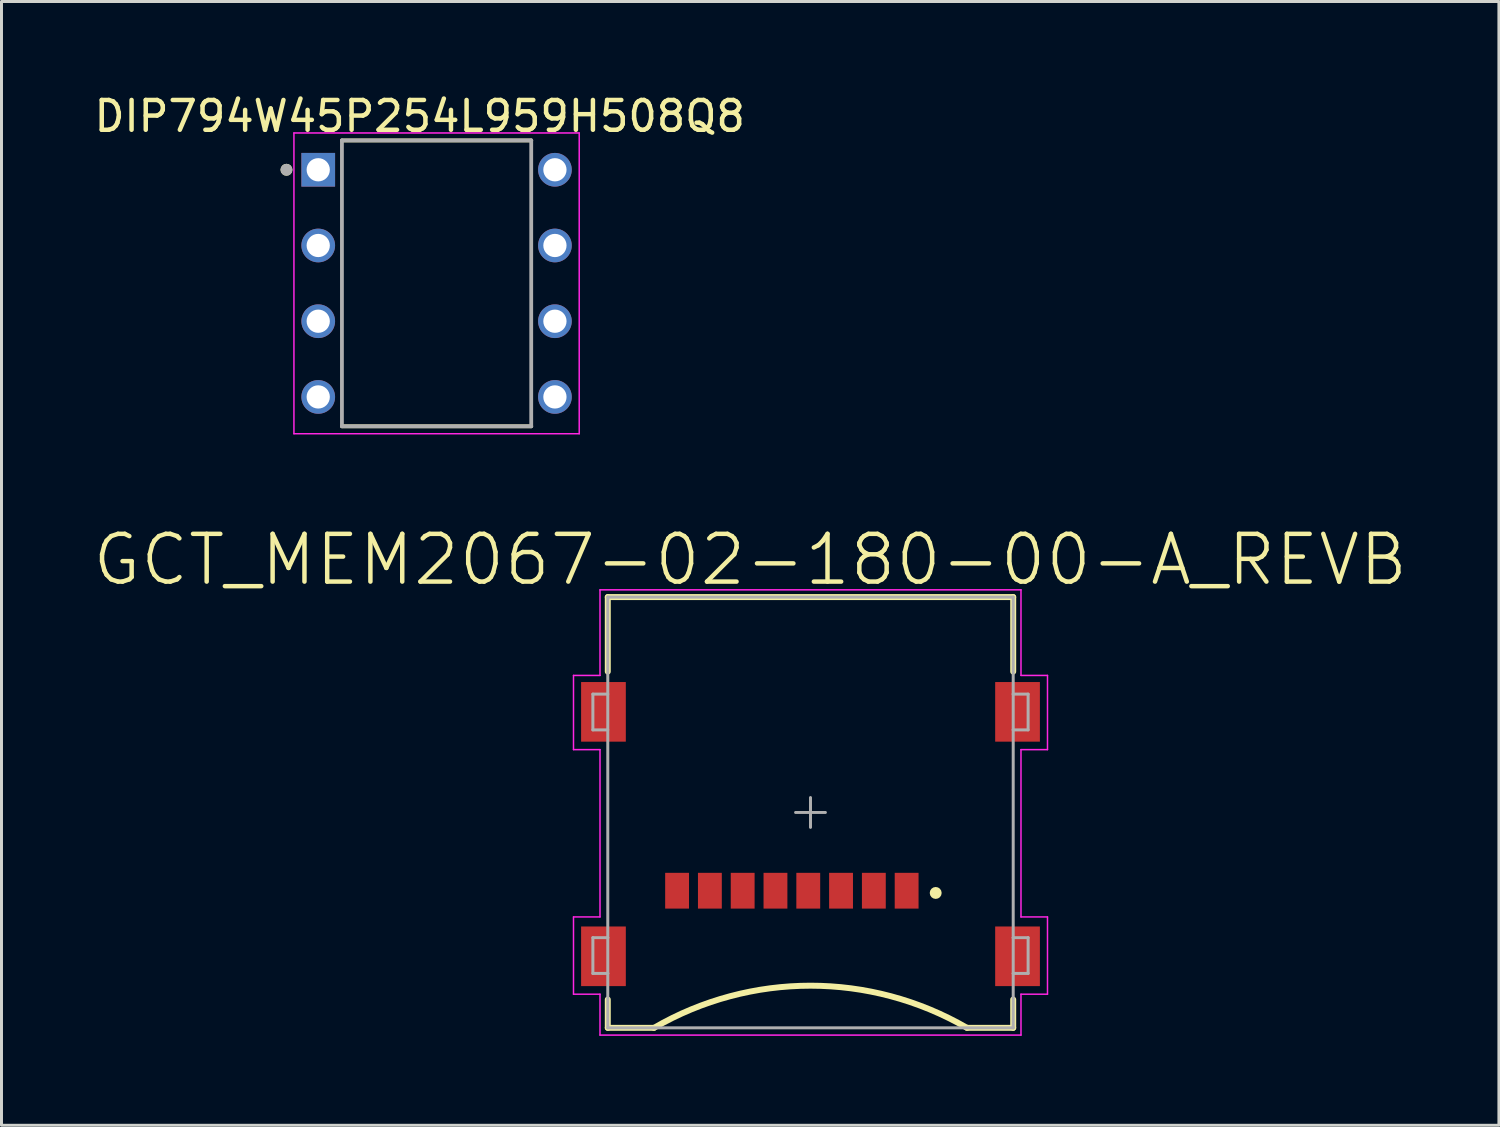
<source format=kicad_pcb>
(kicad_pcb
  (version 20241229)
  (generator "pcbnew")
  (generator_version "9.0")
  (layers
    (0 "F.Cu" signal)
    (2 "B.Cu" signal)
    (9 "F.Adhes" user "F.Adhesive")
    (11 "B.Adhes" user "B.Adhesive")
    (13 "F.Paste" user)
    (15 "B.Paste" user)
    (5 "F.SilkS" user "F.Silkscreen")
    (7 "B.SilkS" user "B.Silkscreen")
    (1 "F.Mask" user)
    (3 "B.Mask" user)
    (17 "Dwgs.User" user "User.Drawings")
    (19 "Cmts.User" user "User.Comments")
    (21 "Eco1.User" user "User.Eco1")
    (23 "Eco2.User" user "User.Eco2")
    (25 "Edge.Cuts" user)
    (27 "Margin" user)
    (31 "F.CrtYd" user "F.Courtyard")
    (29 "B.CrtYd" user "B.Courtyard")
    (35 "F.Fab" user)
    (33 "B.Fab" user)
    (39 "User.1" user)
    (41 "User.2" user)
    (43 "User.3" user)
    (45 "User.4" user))
  (footprint "GCT_MEM2067-02-180-00-A_REVB"
    (layer "F.Cu")
    (at 24.138 24.204)
    (property "Reference" "GCT_MEM2067-02-180-00-A_REVB" (at -2.023 -8.478 0) (layer "F.SilkS") (effects (font (size 1.602 1.602) (thickness 0.15))))
    (attr smd)
    (fp_line (start -6.8 -7.225) (end 6.8 -7.225) (stroke (width 0.2) (type solid)) (layer "F.SilkS"))
    (fp_line (start -6.8 -4.725) (end -6.8 -7.225) (stroke (width 0.2) (type solid)) (layer "F.SilkS"))
    (fp_line (start -6.8 7.225) (end -6.8 6.275) (stroke (width 0.2) (type solid)) (layer "F.SilkS"))
    (fp_line (start -6.8 7.225) (end -5.25 7.225) (stroke (width 0.2) (type solid)) (layer "F.SilkS"))
    (fp_line (start 5.25 7.225) (end 6.8 7.225) (stroke (width 0.2) (type solid)) (layer "F.SilkS"))
    (fp_line (start 6.8 -4.725) (end 6.8 -7.225) (stroke (width 0.2) (type solid)) (layer "F.SilkS"))
    (fp_line (start 6.8 7.225) (end 6.8 6.275) (stroke (width 0.2) (type solid)) (layer "F.SilkS"))
    (fp_arc (start -5.25 7.225) (mid 0 5.810899) (end 5.25 7.225) (stroke (width 0.2) (type solid)) (layer "F.SilkS"))
    (fp_circle (center 4.2 2.7) (end 4.3 2.7) (stroke (width 0.2) (type solid)) (fill no) (layer "F.SilkS"))
    (fp_line (start -7.95 -4.597) (end -7.061 -4.597) (stroke (width 0.05) (type solid)) (layer "F.CrtYd"))
    (fp_line (start -7.95 -2.108) (end -7.95 -4.597) (stroke (width 0.05) (type solid)) (layer "F.CrtYd"))
    (fp_line (start -7.95 -2.108) (end -7.061 -2.108) (stroke (width 0.05) (type solid)) (layer "F.CrtYd"))
    (fp_line (start -7.95 3.505) (end -7.061 3.505) (stroke (width 0.05) (type solid)) (layer "F.CrtYd"))
    (fp_line (start -7.95 6.096) (end -7.95 3.505) (stroke (width 0.05) (type solid)) (layer "F.CrtYd"))
    (fp_line (start -7.95 6.096) (end -7.061 6.096) (stroke (width 0.05) (type solid)) (layer "F.CrtYd"))
    (fp_line (start -7.061 -7.468) (end 7.061 -7.468) (stroke (width 0.05) (type solid)) (layer "F.CrtYd"))
    (fp_line (start -7.061 -4.597) (end -7.061 -7.468) (stroke (width 0.05) (type solid)) (layer "F.CrtYd"))
    (fp_line (start -7.061 3.505) (end -7.061 -2.108) (stroke (width 0.05) (type solid)) (layer "F.CrtYd"))
    (fp_line (start -7.061 7.468) (end -7.061 6.096) (stroke (width 0.05) (type solid)) (layer "F.CrtYd"))
    (fp_line (start -7.061 7.468) (end 7.061 7.468) (stroke (width 0.05) (type solid)) (layer "F.CrtYd"))
    (fp_line (start 7.061 -4.597) (end 7.061 -7.468) (stroke (width 0.05) (type solid)) (layer "F.CrtYd"))
    (fp_line (start 7.061 -4.597) (end 7.95 -4.597) (stroke (width 0.05) (type solid)) (layer "F.CrtYd"))
    (fp_line (start 7.061 -2.108) (end 7.95 -2.108) (stroke (width 0.05) (type solid)) (layer "F.CrtYd"))
    (fp_line (start 7.061 3.505) (end 7.061 -2.108) (stroke (width 0.05) (type solid)) (layer "F.CrtYd"))
    (fp_line (start 7.061 3.505) (end 7.95 3.505) (stroke (width 0.05) (type solid)) (layer "F.CrtYd"))
    (fp_line (start 7.061 6.096) (end 7.95 6.096) (stroke (width 0.05) (type solid)) (layer "F.CrtYd"))
    (fp_line (start 7.061 7.468) (end 7.061 6.096) (stroke (width 0.05) (type solid)) (layer "F.CrtYd"))
    (fp_line (start 7.95 -2.108) (end 7.95 -4.597) (stroke (width 0.05) (type solid)) (layer "F.CrtYd"))
    (fp_line (start 7.95 6.096) (end 7.95 3.505) (stroke (width 0.05) (type solid)) (layer "F.CrtYd"))
    (fp_line (start -7.3 -3.97) (end -6.8 -3.97) (stroke (width 0.1) (type solid)) (layer "F.Fab"))
    (fp_line (start -7.3 -2.77) (end -7.3 -3.97) (stroke (width 0.1) (type solid)) (layer "F.Fab"))
    (fp_line (start -7.3 -2.77) (end -6.8 -2.77) (stroke (width 0.1) (type solid)) (layer "F.Fab"))
    (fp_line (start -7.3 4.2) (end -6.8 4.2) (stroke (width 0.1) (type solid)) (layer "F.Fab"))
    (fp_line (start -7.3 5.4) (end -7.3 4.2) (stroke (width 0.1) (type solid)) (layer "F.Fab"))
    (fp_line (start -7.3 5.4) (end -6.8 5.4) (stroke (width 0.1) (type solid)) (layer "F.Fab"))
    (fp_line (start -6.8 -7.225) (end 6.8 -7.225) (stroke (width 0.1) (type solid)) (layer "F.Fab"))
    (fp_line (start -6.8 4.2) (end -6.8 -7.225) (stroke (width 0.1) (type solid)) (layer "F.Fab"))
    (fp_line (start -6.8 5.4) (end -6.8 4.2) (stroke (width 0.1) (type solid)) (layer "F.Fab"))
    (fp_line (start -6.8 7.225) (end -6.8 5.4) (stroke (width 0.1) (type solid)) (layer "F.Fab"))
    (fp_line (start -6.8 7.225) (end 6.8 7.225) (stroke (width 0.1) (type solid)) (layer "F.Fab"))
    (fp_line (start -0.5 0) (end 0.5 0) (stroke (width 0.1) (type solid)) (layer "F.Fab"))
    (fp_line (start 0 0.5) (end 0 -0.5) (stroke (width 0.1) (type solid)) (layer "F.Fab"))
    (fp_line (start 6.8 -3.97) (end 6.8 -7.225) (stroke (width 0.1) (type solid)) (layer "F.Fab"))
    (fp_line (start 6.8 -3.97) (end 7.3 -3.97) (stroke (width 0.1) (type solid)) (layer "F.Fab"))
    (fp_line (start 6.8 -2.77) (end 6.8 -3.97) (stroke (width 0.1) (type solid)) (layer "F.Fab"))
    (fp_line (start 6.8 -2.77) (end 7.3 -2.77) (stroke (width 0.1) (type solid)) (layer "F.Fab"))
    (fp_line (start 6.8 4.2) (end 6.8 -2.77) (stroke (width 0.1) (type solid)) (layer "F.Fab"))
    (fp_line (start 6.8 4.2) (end 7.3 4.2) (stroke (width 0.1) (type solid)) (layer "F.Fab"))
    (fp_line (start 6.8 5.4) (end 6.8 4.2) (stroke (width 0.1) (type solid)) (layer "F.Fab"))
    (fp_line (start 6.8 5.4) (end 7.3 5.4) (stroke (width 0.1) (type solid)) (layer "F.Fab"))
    (fp_line (start 6.8 7.225) (end 6.8 5.4) (stroke (width 0.1) (type solid)) (layer "F.Fab"))
    (fp_line (start 7.3 -2.77) (end 7.3 -3.97) (stroke (width 0.1) (type solid)) (layer "F.Fab"))
    (fp_line (start 7.3 5.4) (end 7.3 4.2) (stroke (width 0.1) (type solid)) (layer "F.Fab"))
    (pad "1" smd rect (at 3.225 2.625) (size 0.8 1.2) (layers "F.Cu" "F.Mask" "F.Paste"))
    (pad "2" smd rect (at 2.125 2.625) (size 0.8 1.2) (layers "F.Cu" "F.Mask" "F.Paste"))
    (pad "3" smd rect (at 1.025 2.625) (size 0.8 1.2) (layers "F.Cu" "F.Mask" "F.Paste"))
    (pad "4" smd rect (at -0.075 2.625) (size 0.8 1.2) (layers "F.Cu" "F.Mask" "F.Paste"))
    (pad "5" smd rect (at -1.175 2.625) (size 0.8 1.2) (layers "F.Cu" "F.Mask" "F.Paste"))
    (pad "6" smd rect (at -2.275 2.625) (size 0.8 1.2) (layers "F.Cu" "F.Mask" "F.Paste"))
    (pad "7" smd rect (at -3.375 2.625) (size 0.8 1.2) (layers "F.Cu" "F.Mask" "F.Paste"))
    (pad "8" smd rect (at -4.475 2.625) (size 0.8 1.2) (layers "F.Cu" "F.Mask" "F.Paste"))
    (pad "9" smd rect (at -6.945 4.825) (size 1.5 2) (layers "F.Cu" "F.Mask" "F.Paste"))
    (pad "10" smd rect (at -6.945 -3.375) (size 1.5 2) (layers "F.Cu" "F.Mask" "F.Paste"))
    (pad "11" smd rect (at 6.945 -3.375) (size 1.5 2) (layers "F.Cu" "F.Mask" "F.Paste"))
    (pad "12" smd rect (at 6.945 4.825) (size 1.5 2) (layers "F.Cu" "F.Mask" "F.Paste"))
    (zone (net_name "") (layer "F.Cu") (hatch full 0.508) (connect_pads) (min_thickness 0.01) (filled_areas_thickness no) (keepout (tracks not_allowed) (vias not_allowed) (pads not_allowed) (copperpour not_allowed) (footprints allowed)) (placement (enabled no)) (fill) (polygon (pts (xy 18.984 18.379) (xy 27.988 18.379) (xy 27.988 21.176) (xy 18.984 21.176)))))
  (footprint "DIP794W45P254L959H508Q8"
    (layer "F.Cu")
    (at 11.595 6.455)
    (property "Reference" "DIP794W45P254L959H508Q8" (at -0.565 -5.607 0) (layer "F.SilkS") (effects (font (size 1 1) (thickness 0.15))))
    (attr through_hole)
    (fp_line (start -3.175 -4.795) (end 3.175 -4.795) (stroke (width 0.127) (type solid)) (layer "F.SilkS"))
    (fp_line (start -3.175 4.795) (end 3.175 4.795) (stroke (width 0.127) (type solid)) (layer "F.SilkS"))
    (fp_circle (center -5.035 -3.81) (end -4.935 -3.81) (stroke (width 0.2) (type solid)) (fill no) (layer "F.SilkS"))
    (fp_line (start -4.785 -5.045) (end -4.785 5.045) (stroke (width 0.05) (type solid)) (layer "F.CrtYd"))
    (fp_line (start 4.785 -5.045) (end -4.785 -5.045) (stroke (width 0.05) (type solid)) (layer "F.CrtYd"))
    (fp_line (start 4.785 -5.045) (end 4.785 5.045) (stroke (width 0.05) (type solid)) (layer "F.CrtYd"))
    (fp_line (start 4.785 5.045) (end -4.785 5.045) (stroke (width 0.05) (type solid)) (layer "F.CrtYd"))
    (fp_line (start -3.175 -4.795) (end -3.175 4.795) (stroke (width 0.127) (type solid)) (layer "F.Fab"))
    (fp_line (start -3.175 -4.795) (end 3.175 -4.795) (stroke (width 0.127) (type solid)) (layer "F.Fab"))
    (fp_line (start -3.175 4.795) (end 3.175 4.795) (stroke (width 0.127) (type solid)) (layer "F.Fab"))
    (fp_line (start 3.175 -4.795) (end 3.175 4.795) (stroke (width 0.127) (type solid)) (layer "F.Fab"))
    (fp_circle (center -5.035 -3.81) (end -4.935 -3.81) (stroke (width 0.2) (type solid)) (fill no) (layer "F.Fab"))
    (pad "1" thru_hole rect (at -3.97 -3.81) (size 1.13 1.13) (drill 0.78) (layers "*.Cu" "*.Mask"))
    (pad "2" thru_hole circle (at -3.97 -1.27) (size 1.13 1.13) (drill 0.78) (layers "*.Cu" "*.Mask"))
    (pad "3" thru_hole circle (at -3.97 1.27) (size 1.13 1.13) (drill 0.78) (layers "*.Cu" "*.Mask"))
    (pad "4" thru_hole circle (at -3.97 3.81) (size 1.13 1.13) (drill 0.78) (layers "*.Cu" "*.Mask"))
    (pad "5" thru_hole circle (at 3.97 3.81) (size 1.13 1.13) (drill 0.78) (layers "*.Cu" "*.Mask"))
    (pad "6" thru_hole circle (at 3.97 1.27) (size 1.13 1.13) (drill 0.78) (layers "*.Cu" "*.Mask"))
    (pad "7" thru_hole circle (at 3.97 -1.27) (size 1.13 1.13) (drill 0.78) (layers "*.Cu" "*.Mask"))
    (pad "8" thru_hole circle (at 3.97 -3.81) (size 1.13 1.13) (drill 0.78) (layers "*.Cu" "*.Mask")))
  (gr_rect
    (start -3 -3)
    (end 47.231 34.697)
    (stroke (width 0.1) (type default))
    (fill no)
    (layer "Edge.Cuts")))
</source>
